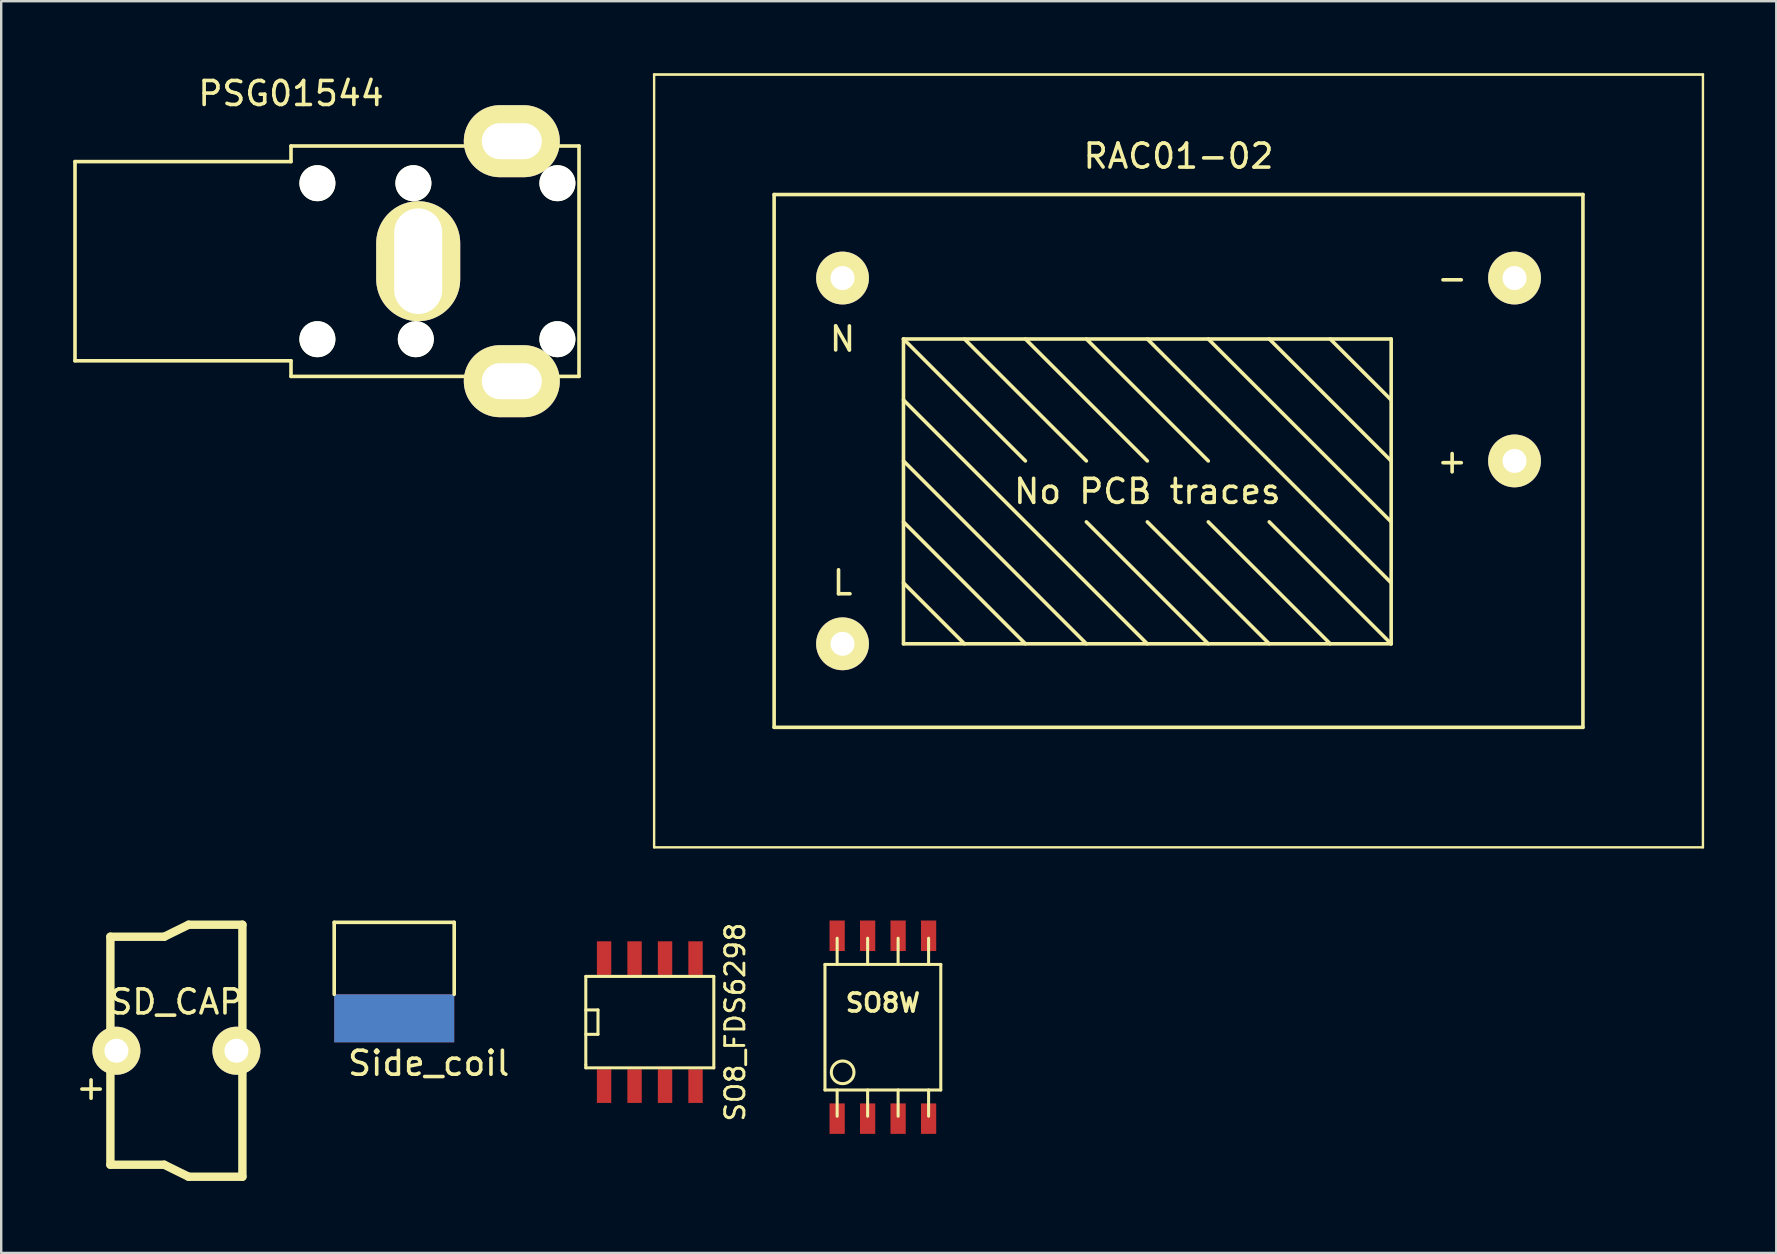
<source format=kicad_pcb>
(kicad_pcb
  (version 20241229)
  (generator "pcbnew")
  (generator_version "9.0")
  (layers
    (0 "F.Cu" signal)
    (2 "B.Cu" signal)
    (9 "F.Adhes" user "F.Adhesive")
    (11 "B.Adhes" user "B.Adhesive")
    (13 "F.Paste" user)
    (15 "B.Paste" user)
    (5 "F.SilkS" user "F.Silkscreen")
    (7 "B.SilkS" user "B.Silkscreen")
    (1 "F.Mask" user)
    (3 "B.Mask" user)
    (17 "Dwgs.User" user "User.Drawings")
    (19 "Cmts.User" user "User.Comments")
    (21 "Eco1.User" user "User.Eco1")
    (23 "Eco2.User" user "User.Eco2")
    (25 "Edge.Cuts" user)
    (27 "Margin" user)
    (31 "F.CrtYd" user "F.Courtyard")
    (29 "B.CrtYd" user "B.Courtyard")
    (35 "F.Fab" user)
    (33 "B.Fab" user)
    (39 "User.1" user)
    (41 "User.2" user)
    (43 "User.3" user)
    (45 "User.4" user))
  (footprint "SO8_FDS6298"
    (layer "F.Cu")
    (at 24.025 39.538)
    (property "Reference" "SO8_FDS6298" (at 3.556 0 90) (layer "F.SilkS") (effects (font (size 0.8 0.8) (thickness 0.12))))
    (attr smd)
    (fp_line (start -2.667 -1.905) (end -2.667 1.778) (stroke (width 0.127) (type solid)) (layer "F.SilkS"))
    (fp_line (start -2.667 -0.508) (end -2.159 -0.508) (stroke (width 0.127) (type solid)) (layer "F.SilkS"))
    (fp_line (start -2.667 1.778) (end -2.667 1.905) (stroke (width 0.127) (type solid)) (layer "F.SilkS"))
    (fp_line (start -2.667 1.905) (end 2.667 1.905) (stroke (width 0.127) (type solid)) (layer "F.SilkS"))
    (fp_line (start -2.159 -0.508) (end -2.159 0.508) (stroke (width 0.127) (type solid)) (layer "F.SilkS"))
    (fp_line (start -2.159 0.508) (end -2.667 0.508) (stroke (width 0.127) (type solid)) (layer "F.SilkS"))
    (fp_line (start 2.667 -1.905) (end -2.667 -1.905) (stroke (width 0.127) (type solid)) (layer "F.SilkS"))
    (fp_line (start 2.667 -1.905) (end 2.667 1.905) (stroke (width 0.127) (type solid)) (layer "F.SilkS"))
    (pad "D" smd rect (at -1.905 -2.667) (size 0.599 1.4) (layers "F.Cu" "F.Mask" "F.Paste"))
    (pad "D" smd rect (at -0.635 -2.667) (size 0.599 1.4) (layers "F.Cu" "F.Mask" "F.Paste"))
    (pad "D" smd rect (at 0.635 -2.667) (size 0.599 1.4) (layers "F.Cu" "F.Mask" "F.Paste"))
    (pad "D" smd rect (at 1.905 -2.667) (size 0.599 1.4) (layers "F.Cu" "F.Mask" "F.Paste"))
    (pad "G" smd rect (at 1.905 2.667) (size 0.599 1.4) (layers "F.Cu" "F.Mask" "F.Paste"))
    (pad "S" smd rect (at -1.905 2.667) (size 0.599 1.4) (layers "F.Cu" "F.Mask" "F.Paste"))
    (pad "S" smd rect (at -0.635 2.667) (size 0.599 1.4) (layers "F.Cu" "F.Mask" "F.Paste"))
    (pad "S" smd rect (at 0.635 2.667) (size 0.599 1.4) (layers "F.Cu" "F.Mask" "F.Paste")))
  (footprint "Side_coil"
    (layer "F.Cu")
    (at 13.375 38.38)
    (property "Reference" "Side_coil" (at 1.437 2.874 0) (layer "F.SilkS") (effects (font (size 1 1) (thickness 0.15))))
    (attr through_hole)
    (fp_line (start -2.5 -3) (end -2.5 0) (stroke (width 0.15) (type solid)) (layer "F.SilkS"))
    (fp_line (start -2.5 -3) (end 2.5 -3) (stroke (width 0.15) (type solid)) (layer "F.SilkS"))
    (fp_line (start 2.5 -3) (end 2.5 0) (stroke (width 0.15) (type solid)) (layer "F.SilkS"))
    (pad "1" connect rect (at 0 1) (size 5 2) (layers "F.Cu" "F.Mask"))
    (pad "2" connect rect (at 0 1) (size 5 2) (layers "B.Cu" "B.Mask")))
  (footprint "SO8W"
    (layer "F.Cu")
    (at 33.736 39.75)
    (property "Reference" "SO8W" (at 0 -1.016 0) (layer "F.SilkS") (effects (font (size 0.749 0.749) (thickness 0.15))))
    (attr smd)
    (fp_line (start -2.413 -2.616) (end -2.413 2.616) (stroke (width 0.127) (type solid)) (layer "F.SilkS"))
    (fp_line (start -2.413 2.616) (end 2.413 2.616) (stroke (width 0.127) (type solid)) (layer "F.SilkS"))
    (fp_line (start -1.905 -2.616) (end -1.905 -3.708) (stroke (width 0.127) (type solid)) (layer "F.SilkS"))
    (fp_line (start -1.905 3.708) (end -1.905 2.616) (stroke (width 0.127) (type solid)) (layer "F.SilkS"))
    (fp_line (start -0.635 -2.616) (end -0.635 -3.708) (stroke (width 0.127) (type solid)) (layer "F.SilkS"))
    (fp_line (start -0.635 3.708) (end -0.635 2.616) (stroke (width 0.127) (type solid)) (layer "F.SilkS"))
    (fp_line (start 0.635 -2.616) (end 0.635 -3.708) (stroke (width 0.127) (type solid)) (layer "F.SilkS"))
    (fp_line (start 0.635 3.708) (end 0.635 2.616) (stroke (width 0.127) (type solid)) (layer "F.SilkS"))
    (fp_line (start 1.905 -3.708) (end 1.905 -2.616) (stroke (width 0.127) (type solid)) (layer "F.SilkS"))
    (fp_line (start 1.905 2.616) (end 1.905 3.708) (stroke (width 0.127) (type solid)) (layer "F.SilkS"))
    (fp_line (start 2.413 -2.616) (end -2.413 -2.616) (stroke (width 0.127) (type solid)) (layer "F.SilkS"))
    (fp_line (start 2.413 2.616) (end 2.413 -2.616) (stroke (width 0.127) (type solid)) (layer "F.SilkS"))
    (fp_circle (center -1.676 1.88) (end -1.956 2.261) (stroke (width 0.127) (type solid)) (fill no) (layer "F.SilkS"))
    (pad "1" smd rect (at -1.905 3.81) (size 0.635 1.27) (layers "F.Cu" "F.Mask" "F.Paste"))
    (pad "2" smd rect (at -0.635 3.81) (size 0.635 1.27) (layers "F.Cu" "F.Mask" "F.Paste"))
    (pad "3" smd rect (at 0.635 3.81) (size 0.635 1.27) (layers "F.Cu" "F.Mask" "F.Paste"))
    (pad "4" smd rect (at 1.905 3.81) (size 0.635 1.27) (layers "F.Cu" "F.Mask" "F.Paste"))
    (pad "5" smd rect (at 1.905 -3.81) (size 0.635 1.27) (layers "F.Cu" "F.Mask" "F.Paste"))
    (pad "6" smd rect (at 0.635 -3.81) (size 0.635 1.27) (layers "F.Cu" "F.Mask" "F.Paste"))
    (pad "7" smd rect (at -0.635 -3.81) (size 0.635 1.27) (layers "F.Cu" "F.Mask" "F.Paste"))
    (pad "8" smd rect (at -1.905 -3.81) (size 0.635 1.27) (layers "F.Cu" "F.Mask" "F.Paste")))
  (footprint "SD_CAP"
    (layer "F.Cu")
    (at 4.3 40.73)
    (property "Reference" "SD_CAP" (at 0 -2.032 0) (layer "F.SilkS") (effects (font (size 1 1) (thickness 0.15))))
    (attr through_hole)
    (fp_line (start -2.75 -4.75) (end -2.75 4.75) (stroke (width 0.35) (type solid)) (layer "F.SilkS"))
    (fp_line (start -2.75 -4.75) (end -0.508 -4.75) (stroke (width 0.35) (type solid)) (layer "F.SilkS"))
    (fp_line (start -2.75 4.75) (end -0.508 4.75) (stroke (width 0.35) (type solid)) (layer "F.SilkS"))
    (fp_line (start -0.508 -4.75) (end 0.508 -5.25) (stroke (width 0.35) (type solid)) (layer "F.SilkS"))
    (fp_line (start -0.508 4.75) (end 0.508 5.25) (stroke (width 0.35) (type solid)) (layer "F.SilkS"))
    (fp_line (start 0.508 -5.25) (end 2.75 -5.25) (stroke (width 0.35) (type solid)) (layer "F.SilkS"))
    (fp_line (start 0.508 5.25) (end 2.75 5.25) (stroke (width 0.35) (type solid)) (layer "F.SilkS"))
    (fp_line (start 2.75 5.25) (end 2.75 -5.25) (stroke (width 0.35) (type solid)) (layer "F.SilkS"))
    (fp_text user "+" (at -3.556 1.524 0) (layer "F.SilkS") (effects (font (size 1 1) (thickness 0.15))))
    (pad "1" thru_hole circle (at -2.5 0) (size 2 2) (drill 1) (layers "*.Cu" "*.Mask" "F.SilkS"))
    (pad "2" thru_hole circle (at 2.5 0) (size 2 2) (drill 1) (layers "*.Cu" "*.Mask" "F.SilkS")))
  (footprint "RAC01-02"
    (layer "F.Cu")
    (at 32.055 23.775)
    (property "Reference" "RAC01-02" (at 14 -20.32 0) (layer "F.SilkS") (effects (font (size 1 1) (thickness 0.15))))
    (attr through_hole)
    (fp_line (start -7.85 -23.72) (end -7.85 8.48) (stroke (width 0.1) (type solid)) (layer "F.SilkS"))
    (fp_line (start -7.85 -23.72) (end 35.85 -23.72) (stroke (width 0.11) (type solid)) (layer "F.SilkS"))
    (fp_line (start -2.85 -18.72) (end 30.85 -18.72) (stroke (width 0.15) (type solid)) (layer "F.SilkS"))
    (fp_line (start -2.85 3.48) (end -2.85 -18.72) (stroke (width 0.15) (type solid)) (layer "F.SilkS"))
    (fp_line (start -2.85 3.48) (end 30.85 3.48) (stroke (width 0.15) (type solid)) (layer "F.SilkS"))
    (fp_line (start 2.54 -12.7) (end 2.54 0) (stroke (width 0.15) (type solid)) (layer "F.SilkS"))
    (fp_line (start 2.54 -12.7) (end 7.62 -7.62) (stroke (width 0.15) (type solid)) (layer "F.SilkS"))
    (fp_line (start 2.54 -10.16) (end 12.7 0) (stroke (width 0.15) (type solid)) (layer "F.SilkS"))
    (fp_line (start 2.54 -7.62) (end 10.16 0) (stroke (width 0.15) (type solid)) (layer "F.SilkS"))
    (fp_line (start 2.54 -5.08) (end 7.62 0) (stroke (width 0.15) (type solid)) (layer "F.SilkS"))
    (fp_line (start 2.54 -2.54) (end 5.08 0) (stroke (width 0.15) (type solid)) (layer "F.SilkS"))
    (fp_line (start 2.54 0) (end 22.86 0) (stroke (width 0.15) (type solid)) (layer "F.SilkS"))
    (fp_line (start 5.08 -12.7) (end 10.16 -7.62) (stroke (width 0.15) (type solid)) (layer "F.SilkS"))
    (fp_line (start 7.62 -12.7) (end 12.7 -7.62) (stroke (width 0.15) (type solid)) (layer "F.SilkS"))
    (fp_line (start 10.16 -12.7) (end 15.24 -7.62) (stroke (width 0.15) (type solid)) (layer "F.SilkS"))
    (fp_line (start 10.16 -5.08) (end 15.24 0) (stroke (width 0.15) (type solid)) (layer "F.SilkS"))
    (fp_line (start 12.7 -12.7) (end 22.86 -2.54) (stroke (width 0.15) (type solid)) (layer "F.SilkS"))
    (fp_line (start 12.7 -5.08) (end 17.78 0) (stroke (width 0.15) (type solid)) (layer "F.SilkS"))
    (fp_line (start 15.24 -12.7) (end 22.86 -5.08) (stroke (width 0.15) (type solid)) (layer "F.SilkS"))
    (fp_line (start 15.24 -5.08) (end 20.32 0) (stroke (width 0.15) (type solid)) (layer "F.SilkS"))
    (fp_line (start 17.78 -12.7) (end 22.86 -7.62) (stroke (width 0.15) (type solid)) (layer "F.SilkS"))
    (fp_line (start 17.78 -5.08) (end 22.86 0) (stroke (width 0.15) (type solid)) (layer "F.SilkS"))
    (fp_line (start 20.32 -12.7) (end 22.86 -10.16) (stroke (width 0.15) (type solid)) (layer "F.SilkS"))
    (fp_line (start 22.86 -12.7) (end 2.54 -12.7) (stroke (width 0.15) (type solid)) (layer "F.SilkS"))
    (fp_line (start 22.86 0) (end 22.86 -12.7) (stroke (width 0.15) (type solid)) (layer "F.SilkS"))
    (fp_line (start 30.85 3.48) (end 30.85 -18.72) (stroke (width 0.15) (type solid)) (layer "F.SilkS"))
    (fp_line (start 35.85 -23.72) (end 35.85 8.48) (stroke (width 0.1) (type solid)) (layer "F.SilkS"))
    (fp_line (start 35.85 8.48) (end -7.85 8.48) (stroke (width 0.1) (type solid)) (layer "F.SilkS"))
    (fp_text user "N" (at 0 -12.7 0) (layer "F.SilkS") (effects (font (size 1 1) (thickness 0.15))))
    (fp_text user "-" (at 25.4 -15.24 0) (layer "F.SilkS") (effects (font (size 1 1) (thickness 0.15))))
    (fp_text user "+" (at 25.4 -7.62 0) (layer "F.SilkS") (effects (font (size 1 1) (thickness 0.15))))
    (fp_text user "No PCB traces" (at 12.7 -6.35 0) (layer "F.SilkS") (effects (font (size 1 1) (thickness 0.15))))
    (fp_text user "L" (at 0 -2.54 0) (layer "F.SilkS") (effects (font (size 1 1) (thickness 0.15))))
    (pad "1" thru_hole circle (at 0 -15.24) (size 2.2 2.2) (drill 1) (layers "*.Cu" "*.Mask" "F.SilkS"))
    (pad "2" thru_hole circle (at 0 0) (size 2.2 2.2) (drill 1) (layers "*.Cu" "*.Mask" "F.SilkS"))
    (pad "3" thru_hole circle (at 28 -15.24) (size 2.2 2.2) (drill 1) (layers "*.Cu" "*.Mask" "F.SilkS"))
    (pad "4" thru_hole circle (at 28 -7.62) (size 2.2 2.2) (drill 1) (layers "*.Cu" "*.Mask" "F.SilkS")))
  (footprint "PSG01544"
    (layer "F.Cu")
    (at 9.075 7.833)
    (property "Reference" "PSG01544" (at 0 -6.985 0) (layer "F.SilkS") (effects (font (size 1 1) (thickness 0.15))))
    (attr through_hole)
    (fp_line (start -9 -4.15) (end -9 4.15) (stroke (width 0.15) (type solid)) (layer "F.SilkS"))
    (fp_line (start 0 -4.8) (end 12 -4.8) (stroke (width 0.15) (type solid)) (layer "F.SilkS"))
    (fp_line (start 0 -4.15) (end -9 -4.15) (stroke (width 0.15) (type solid)) (layer "F.SilkS"))
    (fp_line (start 0 -4.15) (end 0 -4.8) (stroke (width 0.15) (type solid)) (layer "F.SilkS"))
    (fp_line (start 0 4.15) (end -9 4.15) (stroke (width 0.15) (type solid)) (layer "F.SilkS"))
    (fp_line (start 0 4.15) (end 0 4.8) (stroke (width 0.15) (type solid)) (layer "F.SilkS"))
    (fp_line (start 0 4.8) (end 12 4.8) (stroke (width 0.15) (type solid)) (layer "F.SilkS"))
    (fp_line (start 12 -4.8) (end 12 4.8) (stroke (width 0.15) (type solid)) (layer "F.SilkS"))
    (pad "" np_thru_hole circle (at 1.1 -3.25) (size 1.5 1.5) (drill 1.5) (layers "*.Cu" "*.Mask" "F.SilkS"))
    (pad "" np_thru_hole circle (at 1.1 3.25) (size 1.5 1.5) (drill 1.5) (layers "*.Cu" "*.Mask" "F.SilkS"))
    (pad "" np_thru_hole circle (at 5.1 -3.25) (size 1.5 1.5) (drill 1.5) (layers "*.Cu" "*.Mask" "F.SilkS"))
    (pad "" np_thru_hole circle (at 5.2 3.25) (size 1.5 1.5) (drill 1.5) (layers "*.Cu" "*.Mask" "F.SilkS"))
    (pad "" np_thru_hole circle (at 11.1 -3.25) (size 1.5 1.5) (drill 1.5) (layers "*.Cu" "*.Mask" "F.SilkS"))
    (pad "" np_thru_hole circle (at 11.1 3.25) (size 1.5 1.5) (drill 1.5) (layers "*.Cu" "*.Mask" "F.SilkS"))
    (pad "1" thru_hole oval (at 5.3 0) (size 3.5 5) (drill oval 2 4.4) (layers "*.Cu" "*.Mask" "F.SilkS"))
    (pad "2" thru_hole oval (at 9.2 -5) (size 4 3) (drill oval 2.5 1.5) (layers "*.Cu" "*.Mask" "F.SilkS"))
    (pad "3" thru_hole oval (at 9.2 5) (size 4 3) (drill oval 2.5 1.5) (layers "*.Cu" "*.Mask" "F.SilkS")))
  (gr_rect
    (start -3 -3)
    (end 70.96 49.155)
    (stroke (width 0.1) (type default))
    (fill no)
    (layer "Edge.Cuts")))
</source>
